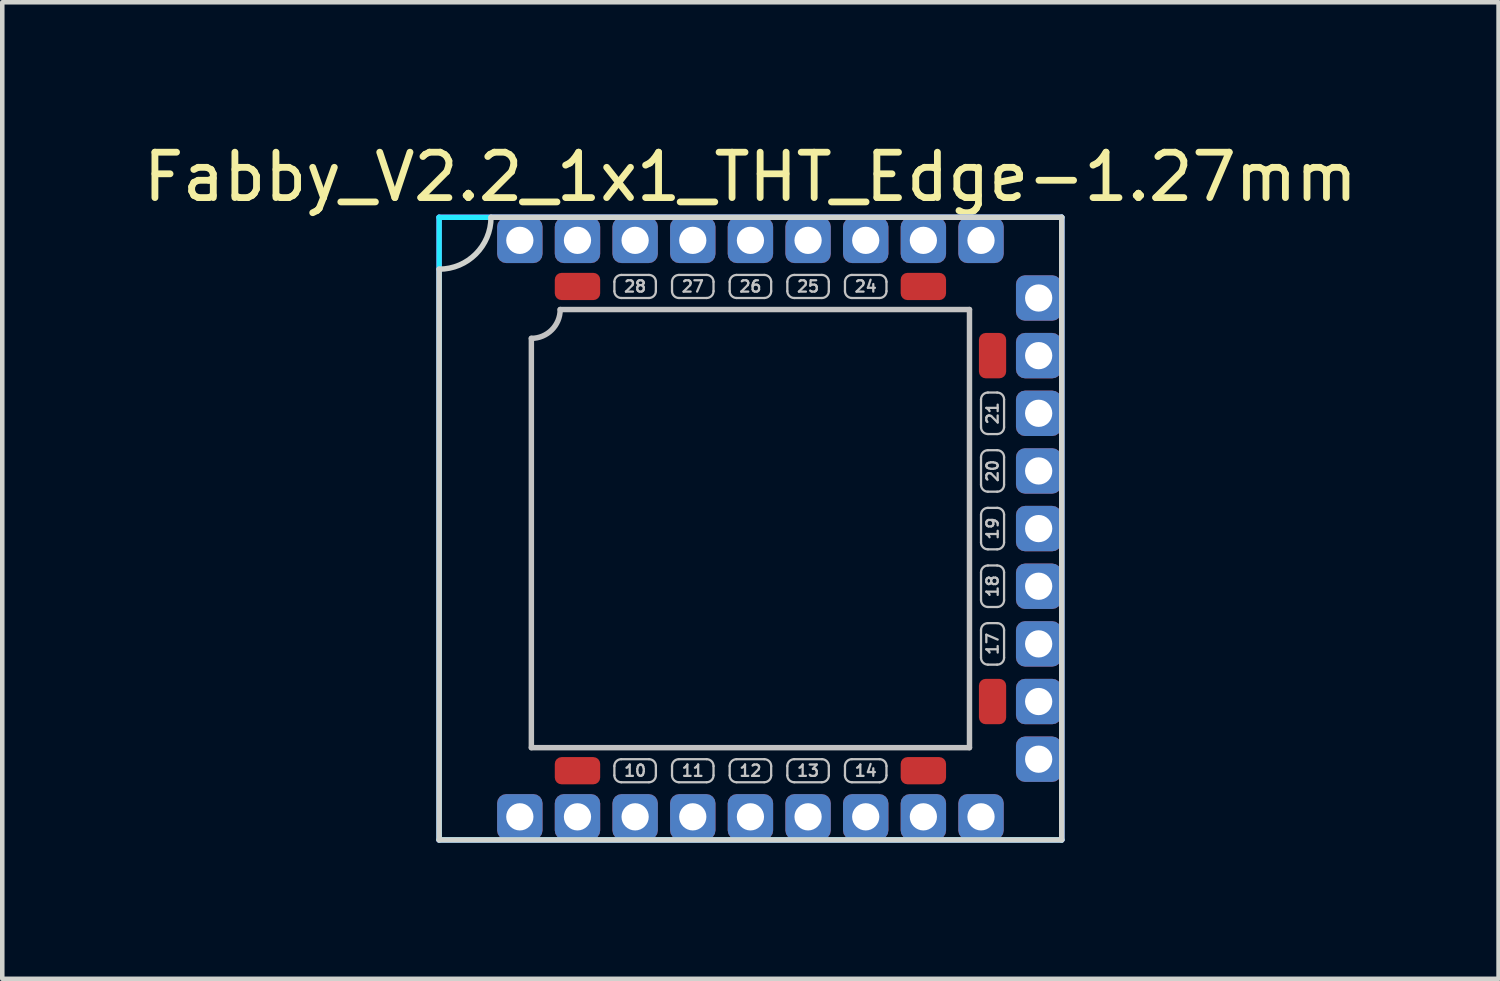
<source format=kicad_pcb>
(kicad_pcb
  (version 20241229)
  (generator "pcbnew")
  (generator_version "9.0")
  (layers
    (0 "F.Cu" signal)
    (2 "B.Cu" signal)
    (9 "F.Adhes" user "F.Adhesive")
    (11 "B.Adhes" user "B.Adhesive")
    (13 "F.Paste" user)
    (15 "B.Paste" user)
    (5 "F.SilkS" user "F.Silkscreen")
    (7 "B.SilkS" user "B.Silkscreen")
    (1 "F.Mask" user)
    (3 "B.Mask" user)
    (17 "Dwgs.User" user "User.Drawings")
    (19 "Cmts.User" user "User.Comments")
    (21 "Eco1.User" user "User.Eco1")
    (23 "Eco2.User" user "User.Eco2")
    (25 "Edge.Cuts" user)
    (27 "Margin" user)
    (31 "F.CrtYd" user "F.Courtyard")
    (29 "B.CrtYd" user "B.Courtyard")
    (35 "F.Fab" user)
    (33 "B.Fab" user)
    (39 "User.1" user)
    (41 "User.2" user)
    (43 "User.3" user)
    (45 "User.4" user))
  (footprint "Fabby_V2.2_1x1_THT_Edge-1.27mm"
    (layer "F.Cu")
    (at 13.482 8.595)
    (property "Reference" "Fabby_V2.2_1x1_THT_Edge-1.27mm" (at 0 -7.747 0) (layer "F.SilkS") (effects (font (size 1 1) (thickness 0.15))))
    (attr through_hole)
    (fp_line (start -4.826 4.826) (end -4.826 -4.191) (stroke (width 0.12) (type solid)) (layer "Dwgs.User"))
    (fp_line (start -4.191 -4.826) (end 4.826 -4.826) (stroke (width 0.12) (type solid)) (layer "Dwgs.User"))
    (fp_line (start -2.997 -5.436) (end -2.997 -5.232) (stroke (width 0.05) (type solid)) (layer "Dwgs.User"))
    (fp_line (start -2.997 5.232) (end -2.997 5.436) (stroke (width 0.05) (type solid)) (layer "Dwgs.User"))
    (fp_line (start -2.845 -5.588) (end -2.235 -5.588) (stroke (width 0.05) (type solid)) (layer "Dwgs.User"))
    (fp_line (start -2.845 -5.08) (end -2.235 -5.08) (stroke (width 0.05) (type solid)) (layer "Dwgs.User"))
    (fp_line (start -2.845 5.08) (end -2.235 5.08) (stroke (width 0.05) (type solid)) (layer "Dwgs.User"))
    (fp_line (start -2.845 5.588) (end -2.235 5.588) (stroke (width 0.05) (type solid)) (layer "Dwgs.User"))
    (fp_line (start -2.083 -5.436) (end -2.083 -5.232) (stroke (width 0.05) (type solid)) (layer "Dwgs.User"))
    (fp_line (start -2.083 5.232) (end -2.083 5.436) (stroke (width 0.05) (type solid)) (layer "Dwgs.User"))
    (fp_line (start -1.727 -5.436) (end -1.727 -5.232) (stroke (width 0.05) (type solid)) (layer "Dwgs.User"))
    (fp_line (start -1.727 5.232) (end -1.727 5.436) (stroke (width 0.05) (type solid)) (layer "Dwgs.User"))
    (fp_line (start -1.575 -5.588) (end -0.965 -5.588) (stroke (width 0.05) (type solid)) (layer "Dwgs.User"))
    (fp_line (start -1.575 -5.08) (end -0.965 -5.08) (stroke (width 0.05) (type solid)) (layer "Dwgs.User"))
    (fp_line (start -1.575 5.08) (end -0.965 5.08) (stroke (width 0.05) (type solid)) (layer "Dwgs.User"))
    (fp_line (start -1.575 5.588) (end -0.965 5.588) (stroke (width 0.05) (type solid)) (layer "Dwgs.User"))
    (fp_line (start -0.813 -5.436) (end -0.813 -5.232) (stroke (width 0.05) (type solid)) (layer "Dwgs.User"))
    (fp_line (start -0.813 5.232) (end -0.813 5.436) (stroke (width 0.05) (type solid)) (layer "Dwgs.User"))
    (fp_line (start -0.457 -5.436) (end -0.457 -5.232) (stroke (width 0.05) (type solid)) (layer "Dwgs.User"))
    (fp_line (start -0.457 5.232) (end -0.457 5.436) (stroke (width 0.05) (type solid)) (layer "Dwgs.User"))
    (fp_line (start -0.305 -5.588) (end 0.305 -5.588) (stroke (width 0.05) (type solid)) (layer "Dwgs.User"))
    (fp_line (start -0.305 -5.08) (end 0.305 -5.08) (stroke (width 0.05) (type solid)) (layer "Dwgs.User"))
    (fp_line (start -0.305 5.08) (end 0.305 5.08) (stroke (width 0.05) (type solid)) (layer "Dwgs.User"))
    (fp_line (start -0.305 5.588) (end 0.305 5.588) (stroke (width 0.05) (type solid)) (layer "Dwgs.User"))
    (fp_line (start 0.457 -5.436) (end 0.457 -5.232) (stroke (width 0.05) (type solid)) (layer "Dwgs.User"))
    (fp_line (start 0.457 5.232) (end 0.457 5.436) (stroke (width 0.05) (type solid)) (layer "Dwgs.User"))
    (fp_line (start 0.813 -5.436) (end 0.813 -5.232) (stroke (width 0.05) (type solid)) (layer "Dwgs.User"))
    (fp_line (start 0.813 5.232) (end 0.813 5.436) (stroke (width 0.05) (type solid)) (layer "Dwgs.User"))
    (fp_line (start 0.965 -5.588) (end 1.575 -5.588) (stroke (width 0.05) (type solid)) (layer "Dwgs.User"))
    (fp_line (start 0.965 -5.08) (end 1.575 -5.08) (stroke (width 0.05) (type solid)) (layer "Dwgs.User"))
    (fp_line (start 0.965 5.08) (end 1.575 5.08) (stroke (width 0.05) (type solid)) (layer "Dwgs.User"))
    (fp_line (start 0.965 5.588) (end 1.575 5.588) (stroke (width 0.05) (type solid)) (layer "Dwgs.User"))
    (fp_line (start 1.727 -5.436) (end 1.727 -5.232) (stroke (width 0.05) (type solid)) (layer "Dwgs.User"))
    (fp_line (start 1.727 5.232) (end 1.727 5.436) (stroke (width 0.05) (type solid)) (layer "Dwgs.User"))
    (fp_line (start 2.083 -5.436) (end 2.083 -5.232) (stroke (width 0.05) (type solid)) (layer "Dwgs.User"))
    (fp_line (start 2.083 5.232) (end 2.083 5.436) (stroke (width 0.05) (type solid)) (layer "Dwgs.User"))
    (fp_line (start 2.235 -5.588) (end 2.845 -5.588) (stroke (width 0.05) (type solid)) (layer "Dwgs.User"))
    (fp_line (start 2.235 -5.08) (end 2.845 -5.08) (stroke (width 0.05) (type solid)) (layer "Dwgs.User"))
    (fp_line (start 2.235 5.08) (end 2.845 5.08) (stroke (width 0.05) (type solid)) (layer "Dwgs.User"))
    (fp_line (start 2.235 5.588) (end 2.845 5.588) (stroke (width 0.05) (type solid)) (layer "Dwgs.User"))
    (fp_line (start 2.997 -5.436) (end 2.997 -5.232) (stroke (width 0.05) (type solid)) (layer "Dwgs.User"))
    (fp_line (start 2.997 5.232) (end 2.997 5.436) (stroke (width 0.05) (type solid)) (layer "Dwgs.User"))
    (fp_line (start 4.826 -4.826) (end 4.826 4.826) (stroke (width 0.12) (type solid)) (layer "Dwgs.User"))
    (fp_line (start 4.826 4.826) (end -4.826 4.826) (stroke (width 0.12) (type solid)) (layer "Dwgs.User"))
    (fp_line (start 5.08 -2.235) (end 5.08 -2.845) (stroke (width 0.05) (type solid)) (layer "Dwgs.User"))
    (fp_line (start 5.08 -0.965) (end 5.08 -1.575) (stroke (width 0.05) (type solid)) (layer "Dwgs.User"))
    (fp_line (start 5.08 0.305) (end 5.08 -0.305) (stroke (width 0.05) (type solid)) (layer "Dwgs.User"))
    (fp_line (start 5.08 1.575) (end 5.08 0.965) (stroke (width 0.05) (type solid)) (layer "Dwgs.User"))
    (fp_line (start 5.08 2.845) (end 5.08 2.235) (stroke (width 0.05) (type solid)) (layer "Dwgs.User"))
    (fp_line (start 5.232 -2.997) (end 5.436 -2.997) (stroke (width 0.05) (type solid)) (layer "Dwgs.User"))
    (fp_line (start 5.232 -2.083) (end 5.436 -2.083) (stroke (width 0.05) (type solid)) (layer "Dwgs.User"))
    (fp_line (start 5.232 -1.727) (end 5.436 -1.727) (stroke (width 0.05) (type solid)) (layer "Dwgs.User"))
    (fp_line (start 5.232 -0.813) (end 5.436 -0.813) (stroke (width 0.05) (type solid)) (layer "Dwgs.User"))
    (fp_line (start 5.232 -0.457) (end 5.436 -0.457) (stroke (width 0.05) (type solid)) (layer "Dwgs.User"))
    (fp_line (start 5.232 0.457) (end 5.436 0.457) (stroke (width 0.05) (type solid)) (layer "Dwgs.User"))
    (fp_line (start 5.232 0.813) (end 5.436 0.813) (stroke (width 0.05) (type solid)) (layer "Dwgs.User"))
    (fp_line (start 5.232 1.727) (end 5.436 1.727) (stroke (width 0.05) (type solid)) (layer "Dwgs.User"))
    (fp_line (start 5.232 2.083) (end 5.436 2.083) (stroke (width 0.05) (type solid)) (layer "Dwgs.User"))
    (fp_line (start 5.232 2.997) (end 5.436 2.997) (stroke (width 0.05) (type solid)) (layer "Dwgs.User"))
    (fp_line (start 5.588 -2.235) (end 5.588 -2.845) (stroke (width 0.05) (type solid)) (layer "Dwgs.User"))
    (fp_line (start 5.588 -0.965) (end 5.588 -1.575) (stroke (width 0.05) (type solid)) (layer "Dwgs.User"))
    (fp_line (start 5.588 0.305) (end 5.588 -0.305) (stroke (width 0.05) (type solid)) (layer "Dwgs.User"))
    (fp_line (start 5.588 1.575) (end 5.588 0.965) (stroke (width 0.05) (type solid)) (layer "Dwgs.User"))
    (fp_line (start 5.588 2.845) (end 5.588 2.235) (stroke (width 0.05) (type solid)) (layer "Dwgs.User"))
    (fp_arc (start -4.191 -4.826) (mid -4.376987 -4.376987) (end -4.826 -4.191) (stroke (width 0.12) (type solid)) (layer "Dwgs.User"))
    (fp_arc (start -2.9972 -5.4356) (mid -2.952563 -5.543363) (end -2.8448 -5.588) (stroke (width 0.05) (type solid)) (layer "Dwgs.User"))
    (fp_arc (start -2.9972 5.2324) (mid -2.952563 5.124637) (end -2.8448 5.08) (stroke (width 0.05) (type solid)) (layer "Dwgs.User"))
    (fp_arc (start -2.8448 -5.08) (mid -2.952563 -5.124637) (end -2.9972 -5.2324) (stroke (width 0.05) (type solid)) (layer "Dwgs.User"))
    (fp_arc (start -2.8448 5.588) (mid -2.952563 5.543363) (end -2.9972 5.4356) (stroke (width 0.05) (type solid)) (layer "Dwgs.User"))
    (fp_arc (start -2.2352 -5.588) (mid -2.127437 -5.543363) (end -2.0828 -5.4356) (stroke (width 0.05) (type solid)) (layer "Dwgs.User"))
    (fp_arc (start -2.2352 5.08) (mid -2.127437 5.124637) (end -2.0828 5.2324) (stroke (width 0.05) (type solid)) (layer "Dwgs.User"))
    (fp_arc (start -2.0828 -5.2324) (mid -2.127437 -5.124637) (end -2.2352 -5.08) (stroke (width 0.05) (type solid)) (layer "Dwgs.User"))
    (fp_arc (start -2.0828 5.4356) (mid -2.127437 5.543363) (end -2.2352 5.588) (stroke (width 0.05) (type solid)) (layer "Dwgs.User"))
    (fp_arc (start -1.7272 -5.4356) (mid -1.682563 -5.543363) (end -1.5748 -5.588) (stroke (width 0.05) (type solid)) (layer "Dwgs.User"))
    (fp_arc (start -1.7272 5.2324) (mid -1.682563 5.124637) (end -1.5748 5.08) (stroke (width 0.05) (type solid)) (layer "Dwgs.User"))
    (fp_arc (start -1.5748 -5.08) (mid -1.682563 -5.124637) (end -1.7272 -5.2324) (stroke (width 0.05) (type solid)) (layer "Dwgs.User"))
    (fp_arc (start -1.5748 5.588) (mid -1.682563 5.543363) (end -1.7272 5.4356) (stroke (width 0.05) (type solid)) (layer "Dwgs.User"))
    (fp_arc (start -0.9652 -5.588) (mid -0.857437 -5.543363) (end -0.8128 -5.4356) (stroke (width 0.05) (type solid)) (layer "Dwgs.User"))
    (fp_arc (start -0.9652 5.08) (mid -0.857437 5.124637) (end -0.8128 5.2324) (stroke (width 0.05) (type solid)) (layer "Dwgs.User"))
    (fp_arc (start -0.8128 -5.2324) (mid -0.857437 -5.124637) (end -0.9652 -5.08) (stroke (width 0.05) (type solid)) (layer "Dwgs.User"))
    (fp_arc (start -0.8128 5.4356) (mid -0.857437 5.543363) (end -0.9652 5.588) (stroke (width 0.05) (type solid)) (layer "Dwgs.User"))
    (fp_arc (start -0.4572 -5.4356) (mid -0.412563 -5.543363) (end -0.3048 -5.588) (stroke (width 0.05) (type solid)) (layer "Dwgs.User"))
    (fp_arc (start -0.4572 5.2324) (mid -0.412563 5.124637) (end -0.3048 5.08) (stroke (width 0.05) (type solid)) (layer "Dwgs.User"))
    (fp_arc (start -0.3048 -5.08) (mid -0.412563 -5.124637) (end -0.4572 -5.2324) (stroke (width 0.05) (type solid)) (layer "Dwgs.User"))
    (fp_arc (start -0.3048 5.588) (mid -0.412563 5.543363) (end -0.4572 5.4356) (stroke (width 0.05) (type solid)) (layer "Dwgs.User"))
    (fp_arc (start 0.3048 -5.588) (mid 0.412563 -5.543363) (end 0.4572 -5.4356) (stroke (width 0.05) (type solid)) (layer "Dwgs.User"))
    (fp_arc (start 0.3048 5.08) (mid 0.412563 5.124637) (end 0.4572 5.2324) (stroke (width 0.05) (type solid)) (layer "Dwgs.User"))
    (fp_arc (start 0.4572 -5.2324) (mid 0.412563 -5.124637) (end 0.3048 -5.08) (stroke (width 0.05) (type solid)) (layer "Dwgs.User"))
    (fp_arc (start 0.4572 5.4356) (mid 0.412563 5.543363) (end 0.3048 5.588) (stroke (width 0.05) (type solid)) (layer "Dwgs.User"))
    (fp_arc (start 0.8128 -5.4356) (mid 0.857437 -5.543363) (end 0.9652 -5.588) (stroke (width 0.05) (type solid)) (layer "Dwgs.User"))
    (fp_arc (start 0.8128 5.2324) (mid 0.857437 5.124637) (end 0.9652 5.08) (stroke (width 0.05) (type solid)) (layer "Dwgs.User"))
    (fp_arc (start 0.9652 -5.08) (mid 0.857437 -5.124637) (end 0.8128 -5.2324) (stroke (width 0.05) (type solid)) (layer "Dwgs.User"))
    (fp_arc (start 0.9652 5.588) (mid 0.857437 5.543363) (end 0.8128 5.4356) (stroke (width 0.05) (type solid)) (layer "Dwgs.User"))
    (fp_arc (start 1.5748 -5.588) (mid 1.682563 -5.543363) (end 1.7272 -5.4356) (stroke (width 0.05) (type solid)) (layer "Dwgs.User"))
    (fp_arc (start 1.5748 5.08) (mid 1.682563 5.124637) (end 1.7272 5.2324) (stroke (width 0.05) (type solid)) (layer "Dwgs.User"))
    (fp_arc (start 1.7272 -5.2324) (mid 1.682563 -5.124637) (end 1.5748 -5.08) (stroke (width 0.05) (type solid)) (layer "Dwgs.User"))
    (fp_arc (start 1.7272 5.4356) (mid 1.682563 5.543363) (end 1.5748 5.588) (stroke (width 0.05) (type solid)) (layer "Dwgs.User"))
    (fp_arc (start 2.0828 -5.4356) (mid 2.127437 -5.543363) (end 2.2352 -5.588) (stroke (width 0.05) (type solid)) (layer "Dwgs.User"))
    (fp_arc (start 2.0828 5.2324) (mid 2.127437 5.124637) (end 2.2352 5.08) (stroke (width 0.05) (type solid)) (layer "Dwgs.User"))
    (fp_arc (start 2.2352 -5.08) (mid 2.127437 -5.124637) (end 2.0828 -5.2324) (stroke (width 0.05) (type solid)) (layer "Dwgs.User"))
    (fp_arc (start 2.2352 5.588) (mid 2.127437 5.543363) (end 2.0828 5.4356) (stroke (width 0.05) (type solid)) (layer "Dwgs.User"))
    (fp_arc (start 2.8448 -5.588) (mid 2.952563 -5.543363) (end 2.9972 -5.4356) (stroke (width 0.05) (type solid)) (layer "Dwgs.User"))
    (fp_arc (start 2.8448 5.08) (mid 2.952563 5.124637) (end 2.9972 5.2324) (stroke (width 0.05) (type solid)) (layer "Dwgs.User"))
    (fp_arc (start 2.9972 -5.2324) (mid 2.952563 -5.124637) (end 2.8448 -5.08) (stroke (width 0.05) (type solid)) (layer "Dwgs.User"))
    (fp_arc (start 2.9972 5.4356) (mid 2.952563 5.543363) (end 2.8448 5.588) (stroke (width 0.05) (type solid)) (layer "Dwgs.User"))
    (fp_arc (start 5.08 -2.8448) (mid 5.124637 -2.952563) (end 5.2324 -2.9972) (stroke (width 0.05) (type solid)) (layer "Dwgs.User"))
    (fp_arc (start 5.08 -1.5748) (mid 5.124637 -1.682563) (end 5.2324 -1.7272) (stroke (width 0.05) (type solid)) (layer "Dwgs.User"))
    (fp_arc (start 5.08 -0.3048) (mid 5.124637 -0.412563) (end 5.2324 -0.4572) (stroke (width 0.05) (type solid)) (layer "Dwgs.User"))
    (fp_arc (start 5.08 0.9652) (mid 5.124637 0.857437) (end 5.2324 0.8128) (stroke (width 0.05) (type solid)) (layer "Dwgs.User"))
    (fp_arc (start 5.08 2.2352) (mid 5.124637 2.127437) (end 5.2324 2.0828) (stroke (width 0.05) (type solid)) (layer "Dwgs.User"))
    (fp_arc (start 5.2324 -2.0828) (mid 5.124637 -2.127437) (end 5.08 -2.2352) (stroke (width 0.05) (type solid)) (layer "Dwgs.User"))
    (fp_arc (start 5.2324 -0.8128) (mid 5.124637 -0.857437) (end 5.08 -0.9652) (stroke (width 0.05) (type solid)) (layer "Dwgs.User"))
    (fp_arc (start 5.2324 0.4572) (mid 5.124637 0.412563) (end 5.08 0.3048) (stroke (width 0.05) (type solid)) (layer "Dwgs.User"))
    (fp_arc (start 5.2324 1.7272) (mid 5.124637 1.682563) (end 5.08 1.5748) (stroke (width 0.05) (type solid)) (layer "Dwgs.User"))
    (fp_arc (start 5.2324 2.9972) (mid 5.124637 2.952563) (end 5.08 2.8448) (stroke (width 0.05) (type solid)) (layer "Dwgs.User"))
    (fp_arc (start 5.4356 -2.9972) (mid 5.543363 -2.952563) (end 5.588 -2.8448) (stroke (width 0.05) (type solid)) (layer "Dwgs.User"))
    (fp_arc (start 5.4356 -1.7272) (mid 5.543363 -1.682563) (end 5.588 -1.5748) (stroke (width 0.05) (type solid)) (layer "Dwgs.User"))
    (fp_arc (start 5.4356 -0.4572) (mid 5.543363 -0.412563) (end 5.588 -0.3048) (stroke (width 0.05) (type solid)) (layer "Dwgs.User"))
    (fp_arc (start 5.4356 0.8128) (mid 5.543363 0.857437) (end 5.588 0.9652) (stroke (width 0.05) (type solid)) (layer "Dwgs.User"))
    (fp_arc (start 5.4356 2.0828) (mid 5.543363 2.127437) (end 5.588 2.2352) (stroke (width 0.05) (type solid)) (layer "Dwgs.User"))
    (fp_arc (start 5.588 -2.2352) (mid 5.543363 -2.127437) (end 5.4356 -2.0828) (stroke (width 0.05) (type solid)) (layer "Dwgs.User"))
    (fp_arc (start 5.588 -0.9652) (mid 5.543363 -0.857437) (end 5.4356 -0.8128) (stroke (width 0.05) (type solid)) (layer "Dwgs.User"))
    (fp_arc (start 5.588 0.3048) (mid 5.543363 0.412563) (end 5.4356 0.4572) (stroke (width 0.05) (type solid)) (layer "Dwgs.User"))
    (fp_arc (start 5.588 1.5748) (mid 5.543363 1.682563) (end 5.4356 1.7272) (stroke (width 0.05) (type solid)) (layer "Dwgs.User"))
    (fp_arc (start 5.588 2.8448) (mid 5.543363 2.952563) (end 5.4356 2.9972) (stroke (width 0.05) (type solid)) (layer "Dwgs.User"))
    (fp_line (start -6.858 -5.715) (end -6.858 6.858) (stroke (width 0.12) (type solid)) (layer "Edge.Cuts"))
    (fp_line (start -6.858 6.858) (end 6.858 6.858) (stroke (width 0.12) (type solid)) (layer "Edge.Cuts"))
    (fp_line (start -5.715 -6.858) (end 6.858 -6.858) (stroke (width 0.12) (type solid)) (layer "Edge.Cuts"))
    (fp_line (start 6.858 -6.858) (end 6.858 6.858) (stroke (width 0.12) (type solid)) (layer "Edge.Cuts"))
    (fp_arc (start -5.715 -6.858) (mid -6.049777 -6.049777) (end -6.858 -5.715) (stroke (width 0.12) (type solid)) (layer "Edge.Cuts"))
    (fp_line (start -6.858 -6.858) (end 6.858 -6.858) (stroke (width 0.12) (type solid)) (layer "B.CrtYd"))
    (fp_line (start -6.858 6.858) (end -6.858 -6.858) (stroke (width 0.12) (type solid)) (layer "B.CrtYd"))
    (fp_line (start 6.858 -6.858) (end 6.858 6.858) (stroke (width 0.12) (type solid)) (layer "B.CrtYd"))
    (fp_line (start 6.858 6.858) (end -6.858 6.858) (stroke (width 0.12) (type solid)) (layer "B.CrtYd"))
    (fp_line (start -6.858 -6.858) (end 6.858 -6.858) (stroke (width 0.12) (type solid)) (layer "F.CrtYd"))
    (fp_line (start -6.858 6.858) (end -6.858 -6.858) (stroke (width 0.12) (type solid)) (layer "F.CrtYd"))
    (fp_line (start 6.858 -6.858) (end 6.858 6.858) (stroke (width 0.12) (type solid)) (layer "F.CrtYd"))
    (fp_line (start 6.858 6.858) (end -6.858 6.858) (stroke (width 0.12) (type solid)) (layer "F.CrtYd"))
    (fp_text user "17" (at 5.334 2.54 90) (layer "Dwgs.User") (effects (font (size 0.25 0.25) (thickness 0.05))))
    (fp_text user "12" (at 0 5.334 0) (layer "Dwgs.User") (effects (font (size 0.25 0.25) (thickness 0.05))))
    (fp_text user "11" (at -1.27 5.334 0) (layer "Dwgs.User") (effects (font (size 0.25 0.25) (thickness 0.05))))
    (fp_text user "13" (at 1.27 5.334 0) (layer "Dwgs.User") (effects (font (size 0.25 0.25) (thickness 0.05))))
    (fp_text user "24" (at 2.54 -5.334 0) (layer "Dwgs.User") (effects (font (size 0.25 0.25) (thickness 0.05))))
    (fp_text user "10" (at -2.54 5.334 0) (layer "Dwgs.User") (effects (font (size 0.25 0.25) (thickness 0.05))))
    (fp_text user "18" (at 5.334 1.27 90) (layer "Dwgs.User") (effects (font (size 0.25 0.25) (thickness 0.05))))
    (fp_text user "28" (at -2.54 -5.334 0) (layer "Dwgs.User") (effects (font (size 0.25 0.25) (thickness 0.05))))
    (fp_text user "19" (at 5.334 0 90) (layer "Dwgs.User") (effects (font (size 0.25 0.25) (thickness 0.05))))
    (fp_text user "26" (at 0 -5.334 0) (layer "Dwgs.User") (effects (font (size 0.25 0.25) (thickness 0.05))))
    (fp_text user "14" (at 2.54 5.334 0) (layer "Dwgs.User") (effects (font (size 0.25 0.25) (thickness 0.05))))
    (fp_text user "20" (at 5.334 -1.27 90) (layer "Dwgs.User") (effects (font (size 0.25 0.25) (thickness 0.05))))
    (fp_text user "27" (at -1.27 -5.334 0) (layer "Dwgs.User") (effects (font (size 0.25 0.25) (thickness 0.05))))
    (fp_text user "25" (at 1.27 -5.334 0) (layer "Dwgs.User") (effects (font (size 0.25 0.25) (thickness 0.05))))
    (fp_text user "21" (at 5.334 -2.54 90) (layer "Dwgs.User") (effects (font (size 0.25 0.25) (thickness 0.05))))
    (pad "" thru_hole roundrect (at -3.81 -6.35 270) (size 1 1) (drill 0.6) (layers "*.Cu" "*.Mask") (roundrect_rratio 0.2))
    (pad "" thru_hole roundrect (at -3.81 6.35 270) (size 1 1) (drill 0.6) (layers "*.Cu" "*.Mask") (roundrect_rratio 0.2))
    (pad "" thru_hole roundrect (at 3.81 -6.35 270) (size 1 1) (drill 0.6) (layers "*.Cu" "*.Mask") (roundrect_rratio 0.2))
    (pad "" thru_hole roundrect (at 3.81 6.35 270) (size 1 1) (drill 0.6) (layers "*.Cu" "*.Mask") (roundrect_rratio 0.2))
    (pad "" thru_hole roundrect (at 6.35 -3.81 270) (size 1 1) (drill 0.6) (layers "*.Cu" "*.Mask") (roundrect_rratio 0.2))
    (pad "" thru_hole roundrect (at 6.35 3.81 270) (size 1 1) (drill 0.6) (layers "*.Cu" "*.Mask") (roundrect_rratio 0.2))
    (pad "1" thru_hole roundrect (at -5.08 -6.35 270) (size 1 1) (drill 0.6) (layers "*.Cu" "*.Mask") (roundrect_rratio 0.2))
    (pad "1" thru_hole roundrect (at -5.08 6.35 270) (size 1 1) (drill 0.6) (layers "*.Cu" "*.Mask") (roundrect_rratio 0.2))
    (pad "1" thru_hole roundrect (at 5.08 -6.35 270) (size 1 1) (drill 0.6) (layers "*.Cu" "*.Mask") (roundrect_rratio 0.2))
    (pad "1" thru_hole roundrect (at 5.08 6.35 270) (size 1 1) (drill 0.6) (layers "*.Cu" "*.Mask") (roundrect_rratio 0.2))
    (pad "1" thru_hole roundrect (at 6.35 -5.08 270) (size 1 1) (drill 0.6) (layers "*.Cu" "*.Mask") (roundrect_rratio 0.2))
    (pad "1" thru_hole roundrect (at 6.35 5.08 270) (size 1 1) (drill 0.6) (layers "*.Cu" "*.Mask") (roundrect_rratio 0.2))
    (pad "9" smd roundrect (at -3.81 5.334) (size 1 0.6) (layers "F.Cu" "F.Mask" "F.Paste") (roundrect_rratio 0.25))
    (pad "10" thru_hole roundrect (at -2.54 6.35 270) (size 1 1) (drill 0.6) (layers "*.Cu" "*.Mask") (roundrect_rratio 0.2))
    (pad "11" thru_hole roundrect (at -1.27 6.35 270) (size 1 1) (drill 0.6) (layers "*.Cu" "*.Mask") (roundrect_rratio 0.2))
    (pad "12" thru_hole roundrect (at 0 6.35 270) (size 1 1) (drill 0.6) (layers "*.Cu" "*.Mask") (roundrect_rratio 0.2))
    (pad "13" thru_hole roundrect (at 1.27 6.35 270) (size 1 1) (drill 0.6) (layers "*.Cu" "*.Mask") (roundrect_rratio 0.2))
    (pad "14" thru_hole roundrect (at 2.54 6.35 270) (size 1 1) (drill 0.6) (layers "*.Cu" "*.Mask") (roundrect_rratio 0.2))
    (pad "15" smd roundrect (at 3.81 5.334) (size 1 0.6) (layers "F.Cu" "F.Mask" "F.Paste") (roundrect_rratio 0.25))
    (pad "16" smd roundrect (at 5.334 3.81 270) (size 1 0.6) (layers "F.Cu" "F.Mask" "F.Paste") (roundrect_rratio 0.25))
    (pad "17" thru_hole roundrect (at 6.35 2.54 270) (size 1 1) (drill 0.6) (layers "*.Cu" "*.Mask") (roundrect_rratio 0.2))
    (pad "18" thru_hole roundrect (at 6.35 1.27 270) (size 1 1) (drill 0.6) (layers "*.Cu" "*.Mask") (roundrect_rratio 0.2))
    (pad "19" thru_hole roundrect (at 6.35 0 270) (size 1 1) (drill 0.6) (layers "*.Cu" "*.Mask") (roundrect_rratio 0.2))
    (pad "20" thru_hole roundrect (at 6.35 -1.27 270) (size 1 1) (drill 0.6) (layers "*.Cu" "*.Mask") (roundrect_rratio 0.2))
    (pad "21" thru_hole roundrect (at 6.35 -2.54 270) (size 1 1) (drill 0.6) (layers "*.Cu" "*.Mask") (roundrect_rratio 0.2))
    (pad "22" smd roundrect (at 5.334 -3.81 270) (size 1 0.6) (layers "F.Cu" "F.Mask" "F.Paste") (roundrect_rratio 0.25))
    (pad "23" smd roundrect (at 3.81 -5.334 180) (size 1 0.6) (layers "F.Cu" "F.Mask" "F.Paste") (roundrect_rratio 0.25))
    (pad "24" thru_hole roundrect (at 2.54 -6.35 270) (size 1 1) (drill 0.6) (layers "*.Cu" "*.Mask") (roundrect_rratio 0.2))
    (pad "25" thru_hole roundrect (at 1.27 -6.35 270) (size 1 1) (drill 0.6) (layers "*.Cu" "*.Mask") (roundrect_rratio 0.2))
    (pad "26" thru_hole roundrect (at 0 -6.35 270) (size 1 1) (drill 0.6) (layers "*.Cu" "*.Mask") (roundrect_rratio 0.2))
    (pad "27" thru_hole roundrect (at -1.27 -6.35 270) (size 1 1) (drill 0.6) (layers "*.Cu" "*.Mask") (roundrect_rratio 0.2))
    (pad "28" thru_hole roundrect (at -2.54 -6.35 270) (size 1 1) (drill 0.6) (layers "*.Cu" "*.Mask") (roundrect_rratio 0.2))
    (pad "29" smd roundrect (at -3.81 -5.334 180) (size 1 0.6) (layers "F.Cu" "F.Mask" "F.Paste") (roundrect_rratio 0.25)))
  (gr_rect
    (start -3 -3)
    (end 29.964 18.513)
    (stroke (width 0.1) (type default))
    (fill no)
    (layer "Edge.Cuts")))
</source>
